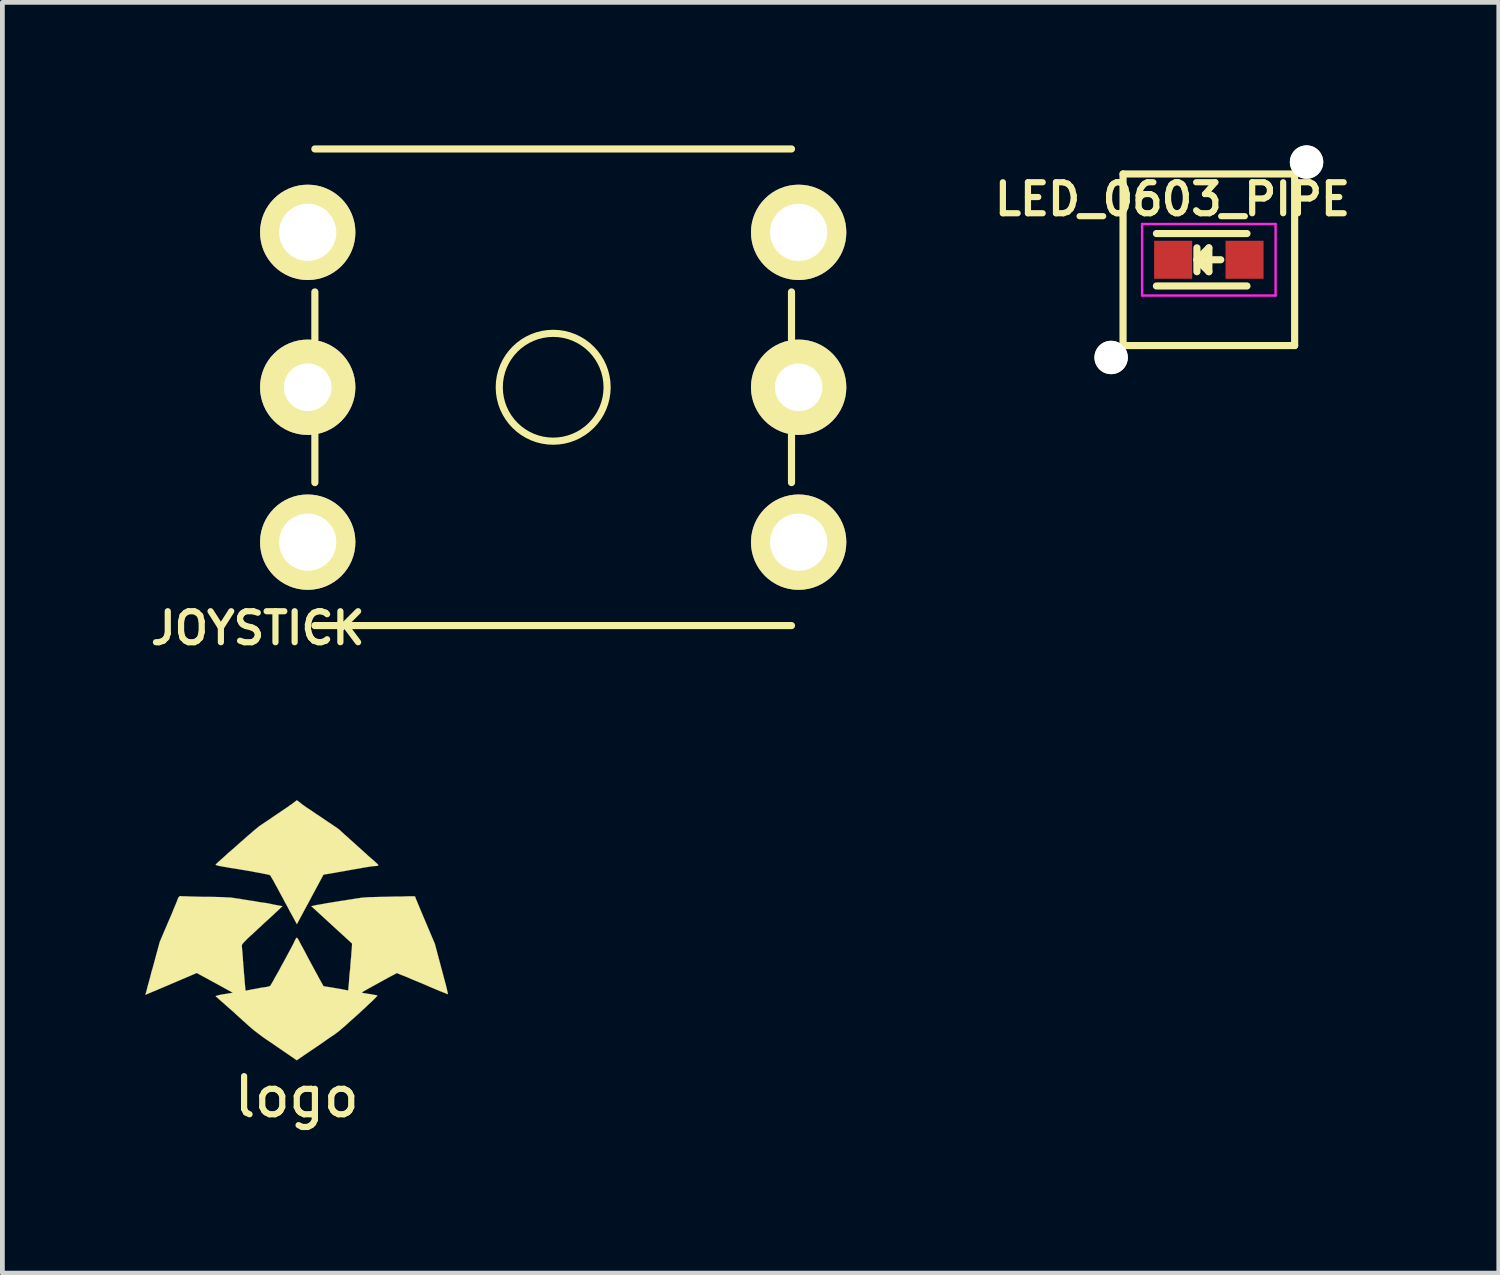
<source format=kicad_pcb>
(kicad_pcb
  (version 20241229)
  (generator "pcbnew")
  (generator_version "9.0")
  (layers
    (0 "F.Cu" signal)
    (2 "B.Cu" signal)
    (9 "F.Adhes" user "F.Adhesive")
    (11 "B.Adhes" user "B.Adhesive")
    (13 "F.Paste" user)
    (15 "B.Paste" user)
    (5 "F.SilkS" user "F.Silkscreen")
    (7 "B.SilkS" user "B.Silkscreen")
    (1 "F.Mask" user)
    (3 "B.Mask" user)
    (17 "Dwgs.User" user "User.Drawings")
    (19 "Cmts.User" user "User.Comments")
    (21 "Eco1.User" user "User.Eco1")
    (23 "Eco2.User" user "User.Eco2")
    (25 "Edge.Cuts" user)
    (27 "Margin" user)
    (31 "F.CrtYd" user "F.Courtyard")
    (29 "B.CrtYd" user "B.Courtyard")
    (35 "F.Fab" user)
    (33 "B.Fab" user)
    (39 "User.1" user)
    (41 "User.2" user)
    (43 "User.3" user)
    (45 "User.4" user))
  (footprint "LED_0603_PIPE"
    (layer "F.Cu")
    (at 22.312 2.4)
    (property "Reference" "LED_0603_PIPE" (at -0.762 -1.27 0) (layer "F.SilkS") (effects (font (size 0.65 0.65) (thickness 0.13))))
    (attr smd)
    (fp_line (start -1.8 -1.8) (end 1.8 -1.8) (stroke (width 0.15) (type solid)) (layer "F.SilkS"))
    (fp_line (start -1.8 1.8) (end -1.8 -1.8) (stroke (width 0.15) (type solid)) (layer "F.SilkS"))
    (fp_line (start -1.1 -0.55) (end 0.8 -0.55) (stroke (width 0.15) (type solid)) (layer "F.SilkS"))
    (fp_line (start -1.1 0.55) (end 0.8 0.55) (stroke (width 0.15) (type solid)) (layer "F.SilkS"))
    (fp_line (start -0.25 -0.25) (end -0.25 0.25) (stroke (width 0.15) (type solid)) (layer "F.SilkS"))
    (fp_line (start -0.25 0) (end 0 -0.25) (stroke (width 0.15) (type solid)) (layer "F.SilkS"))
    (fp_line (start -0.2 0) (end 0.25 0) (stroke (width 0.15) (type solid)) (layer "F.SilkS"))
    (fp_line (start 0 -0.25) (end 0 0.25) (stroke (width 0.15) (type solid)) (layer "F.SilkS"))
    (fp_line (start 0 0.25) (end -0.25 0) (stroke (width 0.15) (type solid)) (layer "F.SilkS"))
    (fp_line (start 1.8 -1.8) (end 1.8 1.8) (stroke (width 0.15) (type solid)) (layer "F.SilkS"))
    (fp_line (start 1.8 1.8) (end -1.8 1.8) (stroke (width 0.15) (type solid)) (layer "F.SilkS"))
    (fp_line (start -1.4 -0.75) (end 1.4 -0.75) (stroke (width 0.05) (type solid)) (layer "F.CrtYd"))
    (fp_line (start -1.4 0.75) (end -1.4 -0.75) (stroke (width 0.05) (type solid)) (layer "F.CrtYd"))
    (fp_line (start 1.4 -0.75) (end 1.4 0.75) (stroke (width 0.05) (type solid)) (layer "F.CrtYd"))
    (fp_line (start 1.4 0.75) (end -1.4 0.75) (stroke (width 0.05) (type solid)) (layer "F.CrtYd"))
    (pad "" np_thru_hole circle (at -2.05 2.05) (size 0.7 0.7) (drill 0.7) (layers "*.Cu" "*.Mask" "F.SilkS"))
    (pad "" np_thru_hole circle (at 2.05 -2.05) (size 0.7 0.7) (drill 0.7) (layers "*.Cu" "*.Mask" "F.SilkS"))
    (pad "1" smd rect (at -0.749 0 180) (size 0.798 0.798) (layers "F.Cu" "F.Mask" "F.Paste"))
    (pad "2" smd rect (at 0.749 0 180) (size 0.798 0.798) (layers "F.Cu" "F.Mask" "F.Paste")))
  (footprint "JOYSTICK"
    (layer "F.Cu")
    (at 8.556 5.075)
    (property "Reference" "JOYSTICK" (at -6.198 5.055 0) (layer "F.SilkS") (effects (font (size 0.65 0.65) (thickness 0.13))))
    (attr through_hole)
    (fp_line (start -5 -2) (end -5 -1) (stroke (width 0.15) (type solid)) (layer "F.SilkS"))
    (fp_line (start -5 1) (end -5 2) (stroke (width 0.15) (type solid)) (layer "F.SilkS"))
    (fp_line (start -5 5) (end 5 5) (stroke (width 0.15) (type solid)) (layer "F.SilkS"))
    (fp_line (start 5 -5) (end -5 -5) (stroke (width 0.15) (type solid)) (layer "F.SilkS"))
    (fp_line (start 5 -2) (end 5 -1) (stroke (width 0.15) (type solid)) (layer "F.SilkS"))
    (fp_line (start 5 1) (end 5 2) (stroke (width 0.15) (type solid)) (layer "F.SilkS"))
    (fp_circle (center 0 0) (end 0.8 -0.8) (stroke (width 0.15) (type solid)) (fill no) (layer "F.SilkS"))
    (pad "1" thru_hole circle (at -5.15 -3.25) (size 2 2) (drill 1.2) (layers "*.Cu" "*.Mask" "F.SilkS"))
    (pad "2" thru_hole circle (at -5.15 0) (size 2 2) (drill 1) (layers "*.Cu" "*.Mask" "F.SilkS"))
    (pad "3" thru_hole circle (at -5.15 3.25) (size 2 2) (drill 1.2) (layers "*.Cu" "*.Mask" "F.SilkS"))
    (pad "4" thru_hole circle (at 5.15 3.25) (size 2 2) (drill 1.2) (layers "*.Cu" "*.Mask" "F.SilkS"))
    (pad "5" thru_hole circle (at 5.15 0) (size 2 2) (drill 1) (layers "*.Cu" "*.Mask" "F.SilkS"))
    (pad "6" thru_hole circle (at 5.15 -3.25) (size 2 2) (drill 1.2) (layers "*.Cu" "*.Mask" "F.SilkS")))
  (footprint "logo"
    (layer "F.Cu")
    (at 3.176 16.574)
    (property "Reference" "logo" (at 0 3.39 0) (layer "F.SilkS") (effects (font (size 0.8 0.8) (thickness 0.13))))
    (attr through_hole)
    (fp_poly (pts (xy 1.714 -1.471) (xy 1.702 -1.463) (xy 1.671 -1.455) (xy 1.656 -1.455) (xy 1.628 -1.453) (xy 1.577 -1.448) (xy 1.511 -1.438) (xy 1.43 -1.425) (xy 1.346 -1.41) (xy 1.318 -1.405) (xy 1.214 -1.387) (xy 1.1 -1.367) (xy 0.986 -1.346) (xy 0.879 -1.328) (xy 0.798 -1.313) (xy 0.561 -1.273) (xy 0.312 -0.81) (xy 0.257 -0.706) (xy 0.203 -0.607) (xy 0.155 -0.518) (xy 0.112 -0.437) (xy 0.076 -0.371) (xy 0.051 -0.323) (xy 0.036 -0.295) (xy 0.033 -0.29) (xy 0.003 -0.234) (xy -0.028 -0.29) (xy -0.041 -0.315) (xy -0.066 -0.361) (xy -0.099 -0.422) (xy -0.142 -0.498) (xy -0.188 -0.587) (xy -0.241 -0.683) (xy -0.295 -0.785) (xy -0.302 -0.798) (xy -0.356 -0.897) (xy -0.406 -0.991) (xy -0.452 -1.074) (xy -0.49 -1.146) (xy -0.523 -1.201) (xy -0.546 -1.24) (xy -0.556 -1.26) (xy -0.574 -1.267) (xy -0.615 -1.278) (xy -0.678 -1.29) (xy -0.757 -1.306) (xy -0.853 -1.323) (xy -0.96 -1.344) (xy -1.079 -1.364) (xy -1.158 -1.377) (xy -1.295 -1.4) (xy -1.407 -1.417) (xy -1.496 -1.433) (xy -1.567 -1.445) (xy -1.621 -1.455) (xy -1.656 -1.463) (xy -1.681 -1.471) (xy -1.697 -1.476) (xy -1.702 -1.483) (xy -1.699 -1.488) (xy -1.694 -1.494) (xy -1.692 -1.496) (xy -1.648 -1.537) (xy -1.59 -1.59) (xy -1.521 -1.651) (xy -1.445 -1.722) (xy -1.361 -1.793) (xy -1.275 -1.869) (xy -1.189 -1.946) (xy -1.105 -2.019) (xy -1.026 -2.09) (xy -0.953 -2.151) (xy -0.889 -2.207) (xy -0.838 -2.248) (xy -0.803 -2.278) (xy -0.787 -2.291) (xy -0.638 -2.39) (xy -0.503 -2.482) (xy -0.384 -2.563) (xy -0.279 -2.634) (xy -0.196 -2.69) (xy -0.132 -2.736) (xy -0.086 -2.766) (xy -0.086 -2.769) (xy 0.003 -2.835) (xy 0.051 -2.799) (xy 0.081 -2.776) (xy 0.102 -2.758) (xy 0.104 -2.756) (xy 0.109 -2.753) (xy 0.119 -2.743) (xy 0.137 -2.733) (xy 0.163 -2.713) (xy 0.201 -2.687) (xy 0.254 -2.652) (xy 0.318 -2.609) (xy 0.399 -2.553) (xy 0.5 -2.487) (xy 0.62 -2.405) (xy 0.665 -2.375) (xy 0.734 -2.329) (xy 0.792 -2.289) (xy 0.843 -2.256) (xy 0.876 -2.23) (xy 0.894 -2.217) (xy 0.897 -2.215) (xy 0.899 -2.212) (xy 0.912 -2.2) (xy 0.932 -2.182) (xy 0.96 -2.156) (xy 1.001 -2.118) (xy 1.057 -2.07) (xy 1.128 -2.004) (xy 1.217 -1.925) (xy 1.245 -1.9) (xy 1.275 -1.872) (xy 1.318 -1.834) (xy 1.372 -1.786) (xy 1.427 -1.735) (xy 1.438 -1.727) (xy 1.494 -1.674) (xy 1.552 -1.623) (xy 1.603 -1.58) (xy 1.641 -1.547) (xy 1.643 -1.544) (xy 1.679 -1.511) (xy 1.704 -1.486) (xy 1.714 -1.471)) (stroke (width 0.003) (type solid)) (fill yes) (layer "F.SilkS"))
    (fp_poly (pts (xy 3.172 1.234) (xy 3.16 1.232) (xy 3.124 1.217) (xy 3.071 1.196) (xy 3 1.168) (xy 2.916 1.133) (xy 2.819 1.092) (xy 2.713 1.046) (xy 2.637 1.013) (xy 2.527 0.968) (xy 2.423 0.925) (xy 2.329 0.884) (xy 2.248 0.851) (xy 2.182 0.826) (xy 2.134 0.805) (xy 2.106 0.795) (xy 2.098 0.792) (xy 2.08 0.803) (xy 2.042 0.823) (xy 1.989 0.851) (xy 1.923 0.886) (xy 1.849 0.927) (xy 1.77 0.97) (xy 1.692 1.013) (xy 1.613 1.057) (xy 1.539 1.097) (xy 1.476 1.133) (xy 1.422 1.163) (xy 1.384 1.186) (xy 1.367 1.196) (xy 1.364 1.199) (xy 1.374 1.204) (xy 1.407 1.212) (xy 1.455 1.219) (xy 1.514 1.229) (xy 1.519 1.229) (xy 1.582 1.24) (xy 1.636 1.25) (xy 1.674 1.257) (xy 1.694 1.262) (xy 1.687 1.273) (xy 1.664 1.298) (xy 1.626 1.336) (xy 1.575 1.387) (xy 1.511 1.445) (xy 1.443 1.511) (xy 1.367 1.58) (xy 1.288 1.654) (xy 1.206 1.727) (xy 1.128 1.796) (xy 1.054 1.864) (xy 0.986 1.923) (xy 0.925 1.976) (xy 0.874 2.019) (xy 0.836 2.047) (xy 0.826 2.055) (xy 0.792 2.08) (xy 0.742 2.113) (xy 0.678 2.156) (xy 0.612 2.202) (xy 0.566 2.235) (xy 0.485 2.291) (xy 0.391 2.355) (xy 0.297 2.418) (xy 0.211 2.477) (xy 0.188 2.492) (xy 0 2.621) (xy -0.429 2.327) (xy -0.536 2.253) (xy -0.627 2.192) (xy -0.704 2.139) (xy -0.77 2.09) (xy -0.828 2.045) (xy -0.886 2.002) (xy -0.945 1.953) (xy -1.006 1.9) (xy -1.077 1.836) (xy -1.161 1.76) (xy -1.26 1.671) (xy -1.265 1.666) (xy -1.351 1.587) (xy -1.435 1.514) (xy -1.509 1.448) (xy -1.572 1.392) (xy -1.626 1.346) (xy -1.661 1.313) (xy -1.684 1.293) (xy -1.687 1.293) (xy -1.699 1.283) (xy -1.697 1.273) (xy -1.676 1.265) (xy -1.638 1.255) (xy -1.58 1.242) (xy -1.514 1.232) (xy -1.341 1.204) (xy -1.72 0.996) (xy -2.098 0.79) (xy -2.634 1.019) (xy -2.746 1.067) (xy -2.85 1.11) (xy -2.944 1.151) (xy -3.025 1.184) (xy -3.091 1.212) (xy -3.139 1.232) (xy -3.167 1.245) (xy -3.175 1.247) (xy -3.172 1.234) (xy -3.162 1.199) (xy -3.147 1.143) (xy -3.129 1.069) (xy -3.104 0.98) (xy -3.076 0.879) (xy -3.048 0.767) (xy -3.025 0.691) (xy -2.875 0.137) (xy -2.705 -0.262) (xy -2.662 -0.361) (xy -2.621 -0.455) (xy -2.586 -0.544) (xy -2.555 -0.617) (xy -2.53 -0.676) (xy -2.515 -0.716) (xy -2.51 -0.729) (xy -2.489 -0.785) (xy -2.466 -0.815) (xy -2.441 -0.826) (xy -2.423 -0.823) (xy -2.403 -0.82) (xy -2.36 -0.82) (xy -2.296 -0.818) (xy -2.217 -0.815) (xy -2.123 -0.813) (xy -2.019 -0.81) (xy -1.908 -0.808) (xy -1.905 -0.808) (xy -1.791 -0.808) (xy -1.681 -0.805) (xy -1.582 -0.803) (xy -1.496 -0.798) (xy -1.425 -0.795) (xy -1.372 -0.792) (xy -1.344 -0.787) (xy -1.293 -0.78) (xy -1.245 -0.772) (xy -1.224 -0.77) (xy -1.186 -0.765) (xy -1.135 -0.754) (xy -1.1 -0.749) (xy -1.049 -0.742) (xy -1.001 -0.734) (xy -0.975 -0.729) (xy -0.935 -0.724) (xy -0.884 -0.716) (xy -0.848 -0.709) (xy -0.8 -0.701) (xy -0.754 -0.693) (xy -0.732 -0.691) (xy -0.638 -0.678) (xy -0.561 -0.663) (xy -0.538 -0.658) (xy -0.503 -0.65) (xy -0.452 -0.64) (xy -0.399 -0.63) (xy -0.351 -0.622) (xy -0.318 -0.615) (xy -0.302 -0.612) (xy -0.302 -0.61) (xy -0.302 -0.607) (xy -0.307 -0.602) (xy -0.32 -0.592) (xy -0.338 -0.577) (xy -0.363 -0.551) (xy -0.399 -0.518) (xy -0.445 -0.475) (xy -0.505 -0.419) (xy -0.579 -0.351) (xy -0.671 -0.267) (xy -0.78 -0.165) (xy -0.798 -0.15) (xy -0.892 -0.061) (xy -0.97 0.01) (xy -1.031 0.066) (xy -1.077 0.114) (xy -1.11 0.147) (xy -1.133 0.175) (xy -1.146 0.193) (xy -1.151 0.206) (xy -1.151 0.211) (xy -1.151 0.241) (xy -1.146 0.292) (xy -1.14 0.353) (xy -1.135 0.422) (xy -1.13 0.485) (xy -1.128 0.541) (xy -1.125 0.546) (xy -1.123 0.594) (xy -1.118 0.655) (xy -1.113 0.711) (xy -1.11 0.767) (xy -1.105 0.818) (xy -1.102 0.856) (xy -1.097 0.889) (xy -1.095 0.94) (xy -1.09 1.001) (xy -1.087 1.031) (xy -1.082 1.085) (xy -1.077 1.128) (xy -1.074 1.156) (xy -1.072 1.161) (xy -1.057 1.158) (xy -1.024 1.151) (xy -0.978 1.143) (xy -0.97 1.14) (xy -0.914 1.13) (xy -0.856 1.12) (xy -0.818 1.113) (xy -0.78 1.105) (xy -0.754 1.1) (xy -0.752 1.1) (xy -0.734 1.097) (xy -0.701 1.092) (xy -0.663 1.087) (xy -0.615 1.079) (xy -0.579 1.069) (xy -0.561 1.062) (xy -0.551 1.049) (xy -0.528 1.013) (xy -0.498 0.96) (xy -0.462 0.894) (xy -0.419 0.818) (xy -0.371 0.734) (xy -0.323 0.643) (xy -0.272 0.551) (xy -0.224 0.462) (xy -0.178 0.376) (xy -0.135 0.297) (xy -0.099 0.229) (xy -0.071 0.175) (xy -0.053 0.137) (xy -0.051 0.13) (xy -0.025 0.079) (xy -0.008 0.053) (xy 0.008 0.051) (xy 0.025 0.074) (xy 0.048 0.114) (xy 0.058 0.135) (xy 0.081 0.178) (xy 0.112 0.236) (xy 0.15 0.305) (xy 0.193 0.386) (xy 0.239 0.475) (xy 0.287 0.564) (xy 0.338 0.658) (xy 0.386 0.747) (xy 0.432 0.831) (xy 0.472 0.907) (xy 0.508 0.97) (xy 0.536 1.021) (xy 0.554 1.054) (xy 0.559 1.064) (xy 0.574 1.069) (xy 0.607 1.074) (xy 0.655 1.082) (xy 0.693 1.087) (xy 0.77 1.1) (xy 0.856 1.115) (xy 0.935 1.128) (xy 0.953 1.133) (xy 1.079 1.156) (xy 1.082 1.128) (xy 1.087 1.062) (xy 1.095 0.986) (xy 1.1 0.909) (xy 1.105 0.838) (xy 1.11 0.785) (xy 1.113 0.765) (xy 1.118 0.726) (xy 1.123 0.676) (xy 1.125 0.62) (xy 1.13 0.561) (xy 1.135 0.508) (xy 1.14 0.467) (xy 1.143 0.429) (xy 1.146 0.376) (xy 1.151 0.315) (xy 1.153 0.295) (xy 1.161 0.173) (xy 0.734 -0.218) (xy 0.305 -0.612) (xy 0.373 -0.627) (xy 0.422 -0.638) (xy 0.485 -0.648) (xy 0.554 -0.66) (xy 0.622 -0.673) (xy 0.683 -0.683) (xy 0.724 -0.688) (xy 0.732 -0.691) (xy 0.765 -0.696) (xy 0.813 -0.704) (xy 0.848 -0.709) (xy 0.902 -0.719) (xy 0.95 -0.726) (xy 0.975 -0.729) (xy 1.013 -0.734) (xy 1.064 -0.744) (xy 1.1 -0.749) (xy 1.153 -0.757) (xy 1.201 -0.765) (xy 1.224 -0.77) (xy 1.265 -0.775) (xy 1.316 -0.782) (xy 1.344 -0.787) (xy 1.374 -0.792) (xy 1.427 -0.795) (xy 1.499 -0.8) (xy 1.587 -0.803) (xy 1.687 -0.805) (xy 1.796 -0.808) (xy 1.892 -0.81) (xy 2.004 -0.813) (xy 2.111 -0.815) (xy 2.207 -0.815) (xy 2.289 -0.818) (xy 2.357 -0.82) (xy 2.403 -0.82) (xy 2.426 -0.82) (xy 2.461 -0.82) (xy 2.484 -0.813) (xy 2.487 -0.81) (xy 2.487 -0.805) (xy 2.487 -0.803) (xy 2.489 -0.795) (xy 2.494 -0.785) (xy 2.499 -0.767) (xy 2.512 -0.739) (xy 2.527 -0.701) (xy 2.55 -0.648) (xy 2.578 -0.579) (xy 2.614 -0.493) (xy 2.659 -0.386) (xy 2.703 -0.282) (xy 2.898 0.178) (xy 3.038 0.704) (xy 3.068 0.815) (xy 3.096 0.922) (xy 3.122 1.016) (xy 3.142 1.097) (xy 3.157 1.161) (xy 3.167 1.206) (xy 3.172 1.232) (xy 3.172 1.234)) (stroke (width 0.003) (type solid)) (fill yes) (layer "F.SilkS")))
  (gr_rect
    (start -3 -3)
    (end 28.395 23.66)
    (stroke (width 0.1) (type default))
    (fill no)
    (layer "Edge.Cuts")))
</source>
